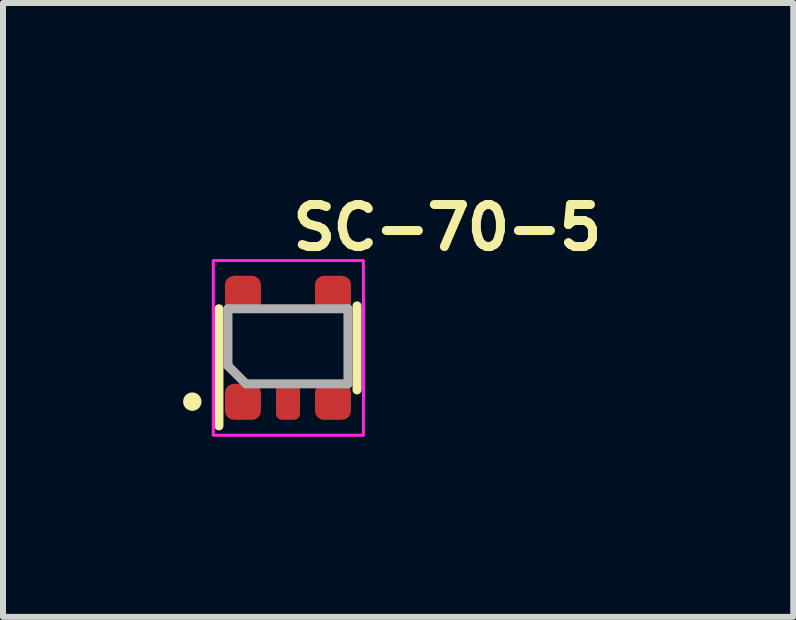
<source format=kicad_pcb>
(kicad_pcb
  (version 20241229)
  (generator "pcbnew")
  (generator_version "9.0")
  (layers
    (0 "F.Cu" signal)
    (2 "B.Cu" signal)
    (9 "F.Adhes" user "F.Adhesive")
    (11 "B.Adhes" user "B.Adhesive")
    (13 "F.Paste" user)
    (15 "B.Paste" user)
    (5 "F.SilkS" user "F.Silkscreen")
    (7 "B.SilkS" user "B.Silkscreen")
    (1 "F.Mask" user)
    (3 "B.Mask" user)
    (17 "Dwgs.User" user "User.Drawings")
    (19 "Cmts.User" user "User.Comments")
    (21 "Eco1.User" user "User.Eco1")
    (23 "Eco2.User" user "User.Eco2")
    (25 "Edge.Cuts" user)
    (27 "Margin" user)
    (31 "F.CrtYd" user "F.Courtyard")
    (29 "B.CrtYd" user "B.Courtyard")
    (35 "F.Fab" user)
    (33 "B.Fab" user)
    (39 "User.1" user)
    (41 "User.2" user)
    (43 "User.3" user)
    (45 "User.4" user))
  (footprint "SC-70-5"
    (layer "F.Cu")
    (at 1.753 2.75)
    (property "Reference" "SC-70-5" (at 0 -1.6 180) (layer "F.SilkS") (effects (font (size 0.7 0.7) (thickness 0.15)) (justify left bottom)))
    (attr smd)
    (fp_line (start -1.156 1.294) (end -1.156 -0.657) (stroke (width 0.15) (type solid)) (layer "F.SilkS"))
    (fp_line (start 1.144 0.694) (end 1.144 -0.705) (stroke (width 0.15) (type solid)) (layer "F.SilkS"))
    (fp_circle (center -1.6 0.89) (end -1.54 0.94) (stroke (width 0.15) (type solid)) (fill yes) (layer "F.SilkS"))
    (fp_rect (start 1.25 -1.46) (end -1.25 1.45) (stroke (width 0.05) (type solid)) (fill no) (layer "F.CrtYd"))
    (fp_line (start -1.006 -0.657) (end 0.993 -0.657) (stroke (width 0.15) (type solid)) (layer "F.Fab"))
    (fp_line (start -1.006 0.293) (end -1.006 -0.657) (stroke (width 0.15) (type solid)) (layer "F.Fab"))
    (fp_line (start -1.006 0.293) (end -0.706 0.593) (stroke (width 0.15) (type solid)) (layer "F.Fab"))
    (fp_line (start 0.993 -0.657) (end 0.993 0.593) (stroke (width 0.15) (type solid)) (layer "F.Fab"))
    (fp_line (start 0.993 0.593) (end -0.706 0.593) (stroke (width 0.15) (type solid)) (layer "F.Fab"))
    (fp_rect (start -1 -1.051) (end 0.998 1.048) (stroke (width 0.1) (type solid)) (fill no) (layer "User.5"))
    (fp_line (start -1 -0.626) (end -1 0.623) (stroke (width 0.02) (type solid)) (layer "User.9"))
    (fp_line (start -1 0.623) (end -0.763 0.623) (stroke (width 0.02) (type solid)) (layer "User.9"))
    (fp_line (start -0.964 -0.589) (end -1 -0.626) (stroke (width 0.02) (type solid)) (layer "User.9"))
    (fp_line (start -0.964 -0.589) (end -0.964 0.587) (stroke (width 0.02) (type solid)) (layer "User.9"))
    (fp_line (start -0.964 0.587) (end -1 0.623) (stroke (width 0.02) (type solid)) (layer "User.9"))
    (fp_line (start -0.964 0.587) (end 0.962 0.587) (stroke (width 0.02) (type solid)) (layer "User.9"))
    (fp_line (start -0.888 0.34) (end -0.888 0.348) (stroke (width 0.02) (type solid)) (layer "User.9"))
    (fp_line (start -0.888 0.348) (end -0.888 0.355) (stroke (width 0.02) (type solid)) (layer "User.9"))
    (fp_line (start -0.888 0.355) (end -0.887 0.363) (stroke (width 0.02) (type solid)) (layer "User.9"))
    (fp_line (start -0.887 0.332) (end -0.888 0.34) (stroke (width 0.02) (type solid)) (layer "User.9"))
    (fp_line (start -0.887 0.363) (end -0.886 0.371) (stroke (width 0.02) (type solid)) (layer "User.9"))
    (fp_line (start -0.886 0.324) (end -0.887 0.332) (stroke (width 0.02) (type solid)) (layer "User.9"))
    (fp_line (start -0.886 0.371) (end -0.884 0.379) (stroke (width 0.02) (type solid)) (layer "User.9"))
    (fp_line (start -0.884 0.315) (end -0.886 0.324) (stroke (width 0.02) (type solid)) (layer "User.9"))
    (fp_line (start -0.884 0.379) (end -0.881 0.388) (stroke (width 0.02) (type solid)) (layer "User.9"))
    (fp_line (start -0.881 0.307) (end -0.884 0.315) (stroke (width 0.02) (type solid)) (layer "User.9"))
    (fp_line (start -0.881 0.388) (end -0.879 0.396) (stroke (width 0.02) (type solid)) (layer "User.9"))
    (fp_line (start -0.879 0.3) (end -0.881 0.307) (stroke (width 0.02) (type solid)) (layer "User.9"))
    (fp_line (start -0.879 0.396) (end -0.875 0.403) (stroke (width 0.02) (type solid)) (layer "User.9"))
    (fp_line (start -0.875 0.292) (end -0.879 0.3) (stroke (width 0.02) (type solid)) (layer "User.9"))
    (fp_line (start -0.875 0.403) (end -0.871 0.411) (stroke (width 0.02) (type solid)) (layer "User.9"))
    (fp_line (start -0.871 0.286) (end -0.875 0.292) (stroke (width 0.02) (type solid)) (layer "User.9"))
    (fp_line (start -0.871 0.286) (end -0.871 0.286) (stroke (width 0.02) (type solid)) (layer "User.9"))
    (fp_line (start -0.871 0.411) (end -0.871 0.411) (stroke (width 0.02) (type solid)) (layer "User.9"))
    (fp_line (start -0.871 0.411) (end -0.869 0.414) (stroke (width 0.02) (type solid)) (layer "User.9"))
    (fp_line (start -0.869 0.414) (end -0.867 0.417) (stroke (width 0.02) (type solid)) (layer "User.9"))
    (fp_line (start -0.867 0.279) (end -0.871 0.286) (stroke (width 0.02) (type solid)) (layer "User.9"))
    (fp_line (start -0.867 0.417) (end -0.864 0.42) (stroke (width 0.02) (type solid)) (layer "User.9"))
    (fp_line (start -0.864 0.42) (end -0.862 0.423) (stroke (width 0.02) (type solid)) (layer "User.9"))
    (fp_line (start -0.862 0.272) (end -0.867 0.279) (stroke (width 0.02) (type solid)) (layer "User.9"))
    (fp_line (start -0.862 0.423) (end -0.859 0.427) (stroke (width 0.02) (type solid)) (layer "User.9"))
    (fp_line (start -0.859 0.427) (end -0.857 0.43) (stroke (width 0.02) (type solid)) (layer "User.9"))
    (fp_line (start -0.857 0.266) (end -0.862 0.272) (stroke (width 0.02) (type solid)) (layer "User.9"))
    (fp_line (start -0.857 0.43) (end -0.854 0.433) (stroke (width 0.02) (type solid)) (layer "User.9"))
    (fp_line (start -0.854 0.433) (end -0.851 0.436) (stroke (width 0.02) (type solid)) (layer "User.9"))
    (fp_line (start -0.851 0.26) (end -0.857 0.266) (stroke (width 0.02) (type solid)) (layer "User.9"))
    (fp_line (start -0.851 0.436) (end -0.848 0.439) (stroke (width 0.02) (type solid)) (layer "User.9"))
    (fp_line (start -0.848 0.439) (end -0.845 0.441) (stroke (width 0.02) (type solid)) (layer "User.9"))
    (fp_line (start -0.845 0.253) (end -0.851 0.26) (stroke (width 0.02) (type solid)) (layer "User.9"))
    (fp_line (start -0.845 0.441) (end -0.842 0.444) (stroke (width 0.02) (type solid)) (layer "User.9"))
    (fp_line (start -0.842 0.444) (end -0.839 0.446) (stroke (width 0.02) (type solid)) (layer "User.9"))
    (fp_line (start -0.839 0.248) (end -0.845 0.253) (stroke (width 0.02) (type solid)) (layer "User.9"))
    (fp_line (start -0.839 0.446) (end -0.836 0.45) (stroke (width 0.02) (type solid)) (layer "User.9"))
    (fp_line (start -0.836 0.45) (end -0.833 0.452) (stroke (width 0.02) (type solid)) (layer "User.9"))
    (fp_line (start -0.833 0.243) (end -0.839 0.248) (stroke (width 0.02) (type solid)) (layer "User.9"))
    (fp_line (start -0.833 0.452) (end -0.83 0.454) (stroke (width 0.02) (type solid)) (layer "User.9"))
    (fp_line (start -0.83 0.454) (end -0.826 0.456) (stroke (width 0.02) (type solid)) (layer "User.9"))
    (fp_line (start -0.826 0.239) (end -0.833 0.243) (stroke (width 0.02) (type solid)) (layer "User.9"))
    (fp_line (start -0.826 0.456) (end -0.823 0.458) (stroke (width 0.02) (type solid)) (layer "User.9"))
    (fp_line (start -0.823 0.458) (end -0.819 0.46) (stroke (width 0.02) (type solid)) (layer "User.9"))
    (fp_line (start -0.819 0.236) (end -0.826 0.239) (stroke (width 0.02) (type solid)) (layer "User.9"))
    (fp_line (start -0.819 0.46) (end -0.816 0.462) (stroke (width 0.02) (type solid)) (layer "User.9"))
    (fp_line (start -0.816 0.462) (end -0.812 0.464) (stroke (width 0.02) (type solid)) (layer "User.9"))
    (fp_line (start -0.812 0.233) (end -0.819 0.236) (stroke (width 0.02) (type solid)) (layer "User.9"))
    (fp_line (start -0.812 0.464) (end -0.808 0.465) (stroke (width 0.02) (type solid)) (layer "User.9"))
    (fp_line (start -0.808 0.465) (end -0.804 0.466) (stroke (width 0.02) (type solid)) (layer "User.9"))
    (fp_line (start -0.804 0.23) (end -0.812 0.233) (stroke (width 0.02) (type solid)) (layer "User.9"))
    (fp_line (start -0.804 0.466) (end -0.801 0.468) (stroke (width 0.02) (type solid)) (layer "User.9"))
    (fp_line (start -0.801 0.468) (end -0.797 0.469) (stroke (width 0.02) (type solid)) (layer "User.9"))
    (fp_line (start -0.797 0.227) (end -0.804 0.23) (stroke (width 0.02) (type solid)) (layer "User.9"))
    (fp_line (start -0.797 0.469) (end -0.793 0.47) (stroke (width 0.02) (type solid)) (layer "User.9"))
    (fp_line (start -0.793 0.47) (end -0.789 0.471) (stroke (width 0.02) (type solid)) (layer "User.9"))
    (fp_line (start -0.789 0.226) (end -0.797 0.227) (stroke (width 0.02) (type solid)) (layer "User.9"))
    (fp_line (start -0.789 0.471) (end -0.785 0.471) (stroke (width 0.02) (type solid)) (layer "User.9"))
    (fp_line (start -0.785 0.471) (end -0.781 0.472) (stroke (width 0.02) (type solid)) (layer "User.9"))
    (fp_line (start -0.781 0.224) (end -0.789 0.226) (stroke (width 0.02) (type solid)) (layer "User.9"))
    (fp_line (start -0.781 0.472) (end -0.776 0.473) (stroke (width 0.02) (type solid)) (layer "User.9"))
    (fp_line (start -0.776 0.473) (end -0.772 0.473) (stroke (width 0.02) (type solid)) (layer "User.9"))
    (fp_line (start -0.772 0.222) (end -0.781 0.224) (stroke (width 0.02) (type solid)) (layer "User.9"))
    (fp_line (start -0.772 0.473) (end -0.767 0.473) (stroke (width 0.02) (type solid)) (layer "User.9"))
    (fp_line (start -0.767 0.473) (end -0.763 0.473) (stroke (width 0.02) (type solid)) (layer "User.9"))
    (fp_line (start -0.763 -1.051) (end -0.763 -0.887) (stroke (width 0.02) (type solid)) (layer "User.9"))
    (fp_line (start -0.763 -0.887) (end -0.763 -0.837) (stroke (width 0.02) (type solid)) (layer "User.9"))
    (fp_line (start -0.763 -0.837) (end -0.763 -0.81) (stroke (width 0.02) (type solid)) (layer "User.9"))
    (fp_line (start -0.763 -0.81) (end -0.763 -0.66) (stroke (width 0.02) (type solid)) (layer "User.9"))
    (fp_line (start -0.763 -0.66) (end -0.763 -0.604) (stroke (width 0.02) (type solid)) (layer "User.9"))
    (fp_line (start -0.763 -0.626) (end -1 -0.626) (stroke (width 0.02) (type solid)) (layer "User.9"))
    (fp_line (start -0.763 0.222) (end -0.772 0.222) (stroke (width 0.02) (type solid)) (layer "User.9"))
    (fp_line (start -0.763 0.473) (end -0.755 0.473) (stroke (width 0.02) (type solid)) (layer "User.9"))
    (fp_line (start -0.763 0.658) (end -0.763 0.602) (stroke (width 0.02) (type solid)) (layer "User.9"))
    (fp_line (start -0.763 0.808) (end -0.763 0.658) (stroke (width 0.02) (type solid)) (layer "User.9"))
    (fp_line (start -0.763 0.835) (end -0.763 0.808) (stroke (width 0.02) (type solid)) (layer "User.9"))
    (fp_line (start -0.763 0.885) (end -0.763 0.835) (stroke (width 0.02) (type solid)) (layer "User.9"))
    (fp_line (start -0.763 1.048) (end -0.763 0.885) (stroke (width 0.02) (type solid)) (layer "User.9"))
    (fp_line (start -0.763 1.048) (end -0.539 1.048) (stroke (width 0.02) (type solid)) (layer "User.9"))
    (fp_line (start -0.759 0.222) (end -0.763 0.222) (stroke (width 0.02) (type solid)) (layer "User.9"))
    (fp_line (start -0.755 0.222) (end -0.759 0.222) (stroke (width 0.02) (type solid)) (layer "User.9"))
    (fp_line (start -0.755 0.473) (end -0.746 0.472) (stroke (width 0.02) (type solid)) (layer "User.9"))
    (fp_line (start -0.751 0.224) (end -0.755 0.222) (stroke (width 0.02) (type solid)) (layer "User.9"))
    (fp_line (start -0.746 0.224) (end -0.751 0.224) (stroke (width 0.02) (type solid)) (layer "User.9"))
    (fp_line (start -0.746 0.472) (end -0.738 0.471) (stroke (width 0.02) (type solid)) (layer "User.9"))
    (fp_line (start -0.742 0.225) (end -0.746 0.224) (stroke (width 0.02) (type solid)) (layer "User.9"))
    (fp_line (start -0.738 0.226) (end -0.742 0.225) (stroke (width 0.02) (type solid)) (layer "User.9"))
    (fp_line (start -0.738 0.471) (end -0.73 0.469) (stroke (width 0.02) (type solid)) (layer "User.9"))
    (fp_line (start -0.734 0.226) (end -0.738 0.226) (stroke (width 0.02) (type solid)) (layer "User.9"))
    (fp_line (start -0.73 0.227) (end -0.734 0.226) (stroke (width 0.02) (type solid)) (layer "User.9"))
    (fp_line (start -0.73 0.469) (end -0.723 0.466) (stroke (width 0.02) (type solid)) (layer "User.9"))
    (fp_line (start -0.726 0.229) (end -0.73 0.227) (stroke (width 0.02) (type solid)) (layer "User.9"))
    (fp_line (start -0.723 0.23) (end -0.726 0.229) (stroke (width 0.02) (type solid)) (layer "User.9"))
    (fp_line (start -0.723 0.466) (end -0.715 0.464) (stroke (width 0.02) (type solid)) (layer "User.9"))
    (fp_line (start -0.719 0.231) (end -0.723 0.23) (stroke (width 0.02) (type solid)) (layer "User.9"))
    (fp_line (start -0.715 0.233) (end -0.719 0.231) (stroke (width 0.02) (type solid)) (layer "User.9"))
    (fp_line (start -0.715 0.464) (end -0.708 0.46) (stroke (width 0.02) (type solid)) (layer "User.9"))
    (fp_line (start -0.711 0.234) (end -0.715 0.233) (stroke (width 0.02) (type solid)) (layer "User.9"))
    (fp_line (start -0.708 0.236) (end -0.711 0.234) (stroke (width 0.02) (type solid)) (layer "User.9"))
    (fp_line (start -0.708 0.46) (end -0.701 0.456) (stroke (width 0.02) (type solid)) (layer "User.9"))
    (fp_line (start -0.704 0.238) (end -0.708 0.236) (stroke (width 0.02) (type solid)) (layer "User.9"))
    (fp_line (start -0.701 0.239) (end -0.704 0.238) (stroke (width 0.02) (type solid)) (layer "User.9"))
    (fp_line (start -0.701 0.456) (end -0.695 0.452) (stroke (width 0.02) (type solid)) (layer "User.9"))
    (fp_line (start -0.698 0.241) (end -0.701 0.239) (stroke (width 0.02) (type solid)) (layer "User.9"))
    (fp_line (start -0.695 0.243) (end -0.698 0.241) (stroke (width 0.02) (type solid)) (layer "User.9"))
    (fp_line (start -0.695 0.452) (end -0.688 0.446) (stroke (width 0.02) (type solid)) (layer "User.9"))
    (fp_line (start -0.691 0.245) (end -0.695 0.243) (stroke (width 0.02) (type solid)) (layer "User.9"))
    (fp_line (start -0.688 0.248) (end -0.691 0.245) (stroke (width 0.02) (type solid)) (layer "User.9"))
    (fp_line (start -0.688 0.446) (end -0.682 0.441) (stroke (width 0.02) (type solid)) (layer "User.9"))
    (fp_line (start -0.685 0.25) (end -0.688 0.248) (stroke (width 0.02) (type solid)) (layer "User.9"))
    (fp_line (start -0.682 0.253) (end -0.685 0.25) (stroke (width 0.02) (type solid)) (layer "User.9"))
    (fp_line (start -0.682 0.441) (end -0.676 0.436) (stroke (width 0.02) (type solid)) (layer "User.9"))
    (fp_line (start -0.679 0.257) (end -0.682 0.253) (stroke (width 0.02) (type solid)) (layer "User.9"))
    (fp_line (start -0.676 0.26) (end -0.679 0.257) (stroke (width 0.02) (type solid)) (layer "User.9"))
    (fp_line (start -0.676 0.436) (end -0.67 0.43) (stroke (width 0.02) (type solid)) (layer "User.9"))
    (fp_line (start -0.673 0.263) (end -0.676 0.26) (stroke (width 0.02) (type solid)) (layer "User.9"))
    (fp_line (start -0.67 0.266) (end -0.673 0.263) (stroke (width 0.02) (type solid)) (layer "User.9"))
    (fp_line (start -0.67 0.43) (end -0.665 0.423) (stroke (width 0.02) (type solid)) (layer "User.9"))
    (fp_line (start -0.668 0.269) (end -0.67 0.266) (stroke (width 0.02) (type solid)) (layer "User.9"))
    (fp_line (start -0.665 0.272) (end -0.668 0.269) (stroke (width 0.02) (type solid)) (layer "User.9"))
    (fp_line (start -0.665 0.423) (end -0.66 0.417) (stroke (width 0.02) (type solid)) (layer "User.9"))
    (fp_line (start -0.663 0.275) (end -0.665 0.272) (stroke (width 0.02) (type solid)) (layer "User.9"))
    (fp_line (start -0.66 0.279) (end -0.663 0.275) (stroke (width 0.02) (type solid)) (layer "User.9"))
    (fp_line (start -0.66 0.417) (end -0.656 0.411) (stroke (width 0.02) (type solid)) (layer "User.9"))
    (fp_line (start -0.658 0.282) (end -0.66 0.279) (stroke (width 0.02) (type solid)) (layer "User.9"))
    (fp_line (start -0.656 0.286) (end -0.658 0.282) (stroke (width 0.02) (type solid)) (layer "User.9"))
    (fp_line (start -0.656 0.286) (end -0.656 0.286) (stroke (width 0.02) (type solid)) (layer "User.9"))
    (fp_line (start -0.656 0.411) (end -0.656 0.411) (stroke (width 0.02) (type solid)) (layer "User.9"))
    (fp_line (start -0.656 0.411) (end -0.652 0.403) (stroke (width 0.02) (type solid)) (layer "User.9"))
    (fp_line (start -0.652 0.292) (end -0.656 0.286) (stroke (width 0.02) (type solid)) (layer "User.9"))
    (fp_line (start -0.652 0.403) (end -0.648 0.396) (stroke (width 0.02) (type solid)) (layer "User.9"))
    (fp_line (start -0.648 0.3) (end -0.652 0.292) (stroke (width 0.02) (type solid)) (layer "User.9"))
    (fp_line (start -0.648 0.396) (end -0.646 0.388) (stroke (width 0.02) (type solid)) (layer "User.9"))
    (fp_line (start -0.646 0.307) (end -0.648 0.3) (stroke (width 0.02) (type solid)) (layer "User.9"))
    (fp_line (start -0.646 0.388) (end -0.643 0.379) (stroke (width 0.02) (type solid)) (layer "User.9"))
    (fp_line (start -0.643 0.315) (end -0.646 0.307) (stroke (width 0.02) (type solid)) (layer "User.9"))
    (fp_line (start -0.643 0.379) (end -0.64 0.371) (stroke (width 0.02) (type solid)) (layer "User.9"))
    (fp_line (start -0.64 0.324) (end -0.643 0.315) (stroke (width 0.02) (type solid)) (layer "User.9"))
    (fp_line (start -0.64 0.371) (end -0.639 0.363) (stroke (width 0.02) (type solid)) (layer "User.9"))
    (fp_line (start -0.639 0.332) (end -0.64 0.324) (stroke (width 0.02) (type solid)) (layer "User.9"))
    (fp_line (start -0.639 0.363) (end -0.638 0.355) (stroke (width 0.02) (type solid)) (layer "User.9"))
    (fp_line (start -0.638 0.34) (end -0.639 0.332) (stroke (width 0.02) (type solid)) (layer "User.9"))
    (fp_line (start -0.638 0.348) (end -0.638 0.34) (stroke (width 0.02) (type solid)) (layer "User.9"))
    (fp_line (start -0.638 0.355) (end -0.638 0.348) (stroke (width 0.02) (type solid)) (layer "User.9"))
    (fp_line (start -0.539 -1.051) (end -0.763 -1.051) (stroke (width 0.02) (type solid)) (layer "User.9"))
    (fp_line (start -0.539 -1.051) (end -0.539 -0.887) (stroke (width 0.02) (type solid)) (layer "User.9"))
    (fp_line (start -0.539 -0.887) (end -0.539 -0.837) (stroke (width 0.02) (type solid)) (layer "User.9"))
    (fp_line (start -0.539 -0.837) (end -0.539 -0.81) (stroke (width 0.02) (type solid)) (layer "User.9"))
    (fp_line (start -0.539 -0.81) (end -0.539 -0.66) (stroke (width 0.02) (type solid)) (layer "User.9"))
    (fp_line (start -0.539 -0.66) (end -0.539 -0.604) (stroke (width 0.02) (type solid)) (layer "User.9"))
    (fp_line (start -0.539 -0.604) (end -0.763 -0.604) (stroke (width 0.02) (type solid)) (layer "User.9"))
    (fp_line (start -0.539 0.602) (end -0.763 0.602) (stroke (width 0.02) (type solid)) (layer "User.9"))
    (fp_line (start -0.539 0.623) (end -0.114 0.623) (stroke (width 0.02) (type solid)) (layer "User.9"))
    (fp_line (start -0.539 0.658) (end -0.539 0.602) (stroke (width 0.02) (type solid)) (layer "User.9"))
    (fp_line (start -0.539 0.808) (end -0.539 0.658) (stroke (width 0.02) (type solid)) (layer "User.9"))
    (fp_line (start -0.539 0.835) (end -0.539 0.808) (stroke (width 0.02) (type solid)) (layer "User.9"))
    (fp_line (start -0.539 0.885) (end -0.539 0.835) (stroke (width 0.02) (type solid)) (layer "User.9"))
    (fp_line (start -0.539 1.048) (end -0.539 0.885) (stroke (width 0.02) (type solid)) (layer "User.9"))
    (fp_line (start -0.114 -0.626) (end -0.539 -0.626) (stroke (width 0.02) (type solid)) (layer "User.9"))
    (fp_line (start -0.114 -0.626) (end 0.112 -0.626) (stroke (width 0.02) (type solid)) (layer "User.9"))
    (fp_line (start -0.114 -0.604) (end -0.114 -0.626) (stroke (width 0.02) (type solid)) (layer "User.9"))
    (fp_line (start -0.114 -0.604) (end -0.114 -0.626) (stroke (width 0.02) (type solid)) (layer "User.9"))
    (fp_line (start -0.114 0.658) (end -0.114 0.602) (stroke (width 0.02) (type solid)) (layer "User.9"))
    (fp_line (start -0.114 0.808) (end -0.114 0.658) (stroke (width 0.02) (type solid)) (layer "User.9"))
    (fp_line (start -0.114 0.835) (end -0.114 0.808) (stroke (width 0.02) (type solid)) (layer "User.9"))
    (fp_line (start -0.114 0.885) (end -0.114 0.835) (stroke (width 0.02) (type solid)) (layer "User.9"))
    (fp_line (start -0.114 1.048) (end -0.114 0.885) (stroke (width 0.02) (type solid)) (layer "User.9"))
    (fp_line (start -0.114 1.048) (end 0.112 1.048) (stroke (width 0.02) (type solid)) (layer "User.9"))
    (fp_line (start 0.112 -0.626) (end 0.112 -0.604) (stroke (width 0.02) (type solid)) (layer "User.9"))
    (fp_line (start 0.112 -0.604) (end -0.114 -0.604) (stroke (width 0.02) (type solid)) (layer "User.9"))
    (fp_line (start 0.112 -0.604) (end 0.112 -0.626) (stroke (width 0.02) (type solid)) (layer "User.9"))
    (fp_line (start 0.112 0.602) (end -0.114 0.602) (stroke (width 0.02) (type solid)) (layer "User.9"))
    (fp_line (start 0.112 0.623) (end 0.537 0.623) (stroke (width 0.02) (type solid)) (layer "User.9"))
    (fp_line (start 0.112 0.658) (end 0.112 0.602) (stroke (width 0.02) (type solid)) (layer "User.9"))
    (fp_line (start 0.112 0.808) (end 0.112 0.658) (stroke (width 0.02) (type solid)) (layer "User.9"))
    (fp_line (start 0.112 0.835) (end 0.112 0.808) (stroke (width 0.02) (type solid)) (layer "User.9"))
    (fp_line (start 0.112 0.885) (end 0.112 0.835) (stroke (width 0.02) (type solid)) (layer "User.9"))
    (fp_line (start 0.112 1.048) (end 0.112 0.885) (stroke (width 0.02) (type solid)) (layer "User.9"))
    (fp_line (start 0.537 -1.051) (end 0.537 -0.887) (stroke (width 0.02) (type solid)) (layer "User.9"))
    (fp_line (start 0.537 -0.887) (end 0.537 -0.837) (stroke (width 0.02) (type solid)) (layer "User.9"))
    (fp_line (start 0.537 -0.837) (end 0.537 -0.81) (stroke (width 0.02) (type solid)) (layer "User.9"))
    (fp_line (start 0.537 -0.81) (end 0.537 -0.66) (stroke (width 0.02) (type solid)) (layer "User.9"))
    (fp_line (start 0.537 -0.66) (end 0.537 -0.604) (stroke (width 0.02) (type solid)) (layer "User.9"))
    (fp_line (start 0.537 -0.626) (end 0.112 -0.626) (stroke (width 0.02) (type solid)) (layer "User.9"))
    (fp_line (start 0.537 0.658) (end 0.537 0.602) (stroke (width 0.02) (type solid)) (layer "User.9"))
    (fp_line (start 0.537 0.808) (end 0.537 0.658) (stroke (width 0.02) (type solid)) (layer "User.9"))
    (fp_line (start 0.537 0.835) (end 0.537 0.808) (stroke (width 0.02) (type solid)) (layer "User.9"))
    (fp_line (start 0.537 0.885) (end 0.537 0.835) (stroke (width 0.02) (type solid)) (layer "User.9"))
    (fp_line (start 0.537 1.048) (end 0.537 0.885) (stroke (width 0.02) (type solid)) (layer "User.9"))
    (fp_line (start 0.537 1.048) (end 0.761 1.048) (stroke (width 0.02) (type solid)) (layer "User.9"))
    (fp_line (start 0.761 -1.051) (end 0.537 -1.051) (stroke (width 0.02) (type solid)) (layer "User.9"))
    (fp_line (start 0.761 -1.051) (end 0.761 -0.887) (stroke (width 0.02) (type solid)) (layer "User.9"))
    (fp_line (start 0.761 -0.887) (end 0.761 -0.837) (stroke (width 0.02) (type solid)) (layer "User.9"))
    (fp_line (start 0.761 -0.837) (end 0.761 -0.81) (stroke (width 0.02) (type solid)) (layer "User.9"))
    (fp_line (start 0.761 -0.81) (end 0.761 -0.66) (stroke (width 0.02) (type solid)) (layer "User.9"))
    (fp_line (start 0.761 -0.66) (end 0.761 -0.604) (stroke (width 0.02) (type solid)) (layer "User.9"))
    (fp_line (start 0.761 -0.604) (end 0.537 -0.604) (stroke (width 0.02) (type solid)) (layer "User.9"))
    (fp_line (start 0.761 0.602) (end 0.537 0.602) (stroke (width 0.02) (type solid)) (layer "User.9"))
    (fp_line (start 0.761 0.623) (end 0.998 0.623) (stroke (width 0.02) (type solid)) (layer "User.9"))
    (fp_line (start 0.761 0.658) (end 0.761 0.602) (stroke (width 0.02) (type solid)) (layer "User.9"))
    (fp_line (start 0.761 0.808) (end 0.761 0.658) (stroke (width 0.02) (type solid)) (layer "User.9"))
    (fp_line (start 0.761 0.835) (end 0.761 0.808) (stroke (width 0.02) (type solid)) (layer "User.9"))
    (fp_line (start 0.761 0.885) (end 0.761 0.835) (stroke (width 0.02) (type solid)) (layer "User.9"))
    (fp_line (start 0.761 1.048) (end 0.761 0.885) (stroke (width 0.02) (type solid)) (layer "User.9"))
    (fp_line (start 0.962 -0.589) (end -0.964 -0.589) (stroke (width 0.02) (type solid)) (layer "User.9"))
    (fp_line (start 0.962 -0.589) (end 0.998 -0.626) (stroke (width 0.02) (type solid)) (layer "User.9"))
    (fp_line (start 0.962 0.587) (end 0.962 -0.589) (stroke (width 0.02) (type solid)) (layer "User.9"))
    (fp_line (start 0.962 0.587) (end 0.998 0.623) (stroke (width 0.02) (type solid)) (layer "User.9"))
    (fp_line (start 0.998 -0.626) (end 0.761 -0.626) (stroke (width 0.02) (type solid)) (layer "User.9"))
    (fp_line (start 0.998 0.623) (end 0.998 -0.626) (stroke (width 0.02) (type solid)) (layer "User.9"))
    (pad "1" smd roundrect (at -0.756 0.893 90) (size 0.6 0.6) (layers "F.Cu" "F.Mask" "F.Paste") (roundrect_rratio 0.25))
    (pad "2" smd roundrect (at -0.006 0.893 90) (size 0.6 0.4) (layers "F.Cu" "F.Mask" "F.Paste") (roundrect_rratio 0.25))
    (pad "3" smd roundrect (at 0.743 0.893 90) (size 0.6 0.6) (layers "F.Cu" "F.Mask" "F.Paste") (roundrect_rratio 0.25))
    (pad "4" smd roundrect (at 0.743 -0.907 90) (size 0.6 0.6) (layers "F.Cu" "F.Mask" "F.Paste") (roundrect_rratio 0.25))
    (pad "5" smd roundrect (at -0.756 -0.907 90) (size 0.6 0.6) (layers "F.Cu" "F.Mask" "F.Paste") (roundrect_rratio 0.25)))
  (gr_rect
    (start -3 -3)
    (end 10.163 7.225)
    (stroke (width 0.1) (type default))
    (fill no)
    (layer "Edge.Cuts")))
</source>
